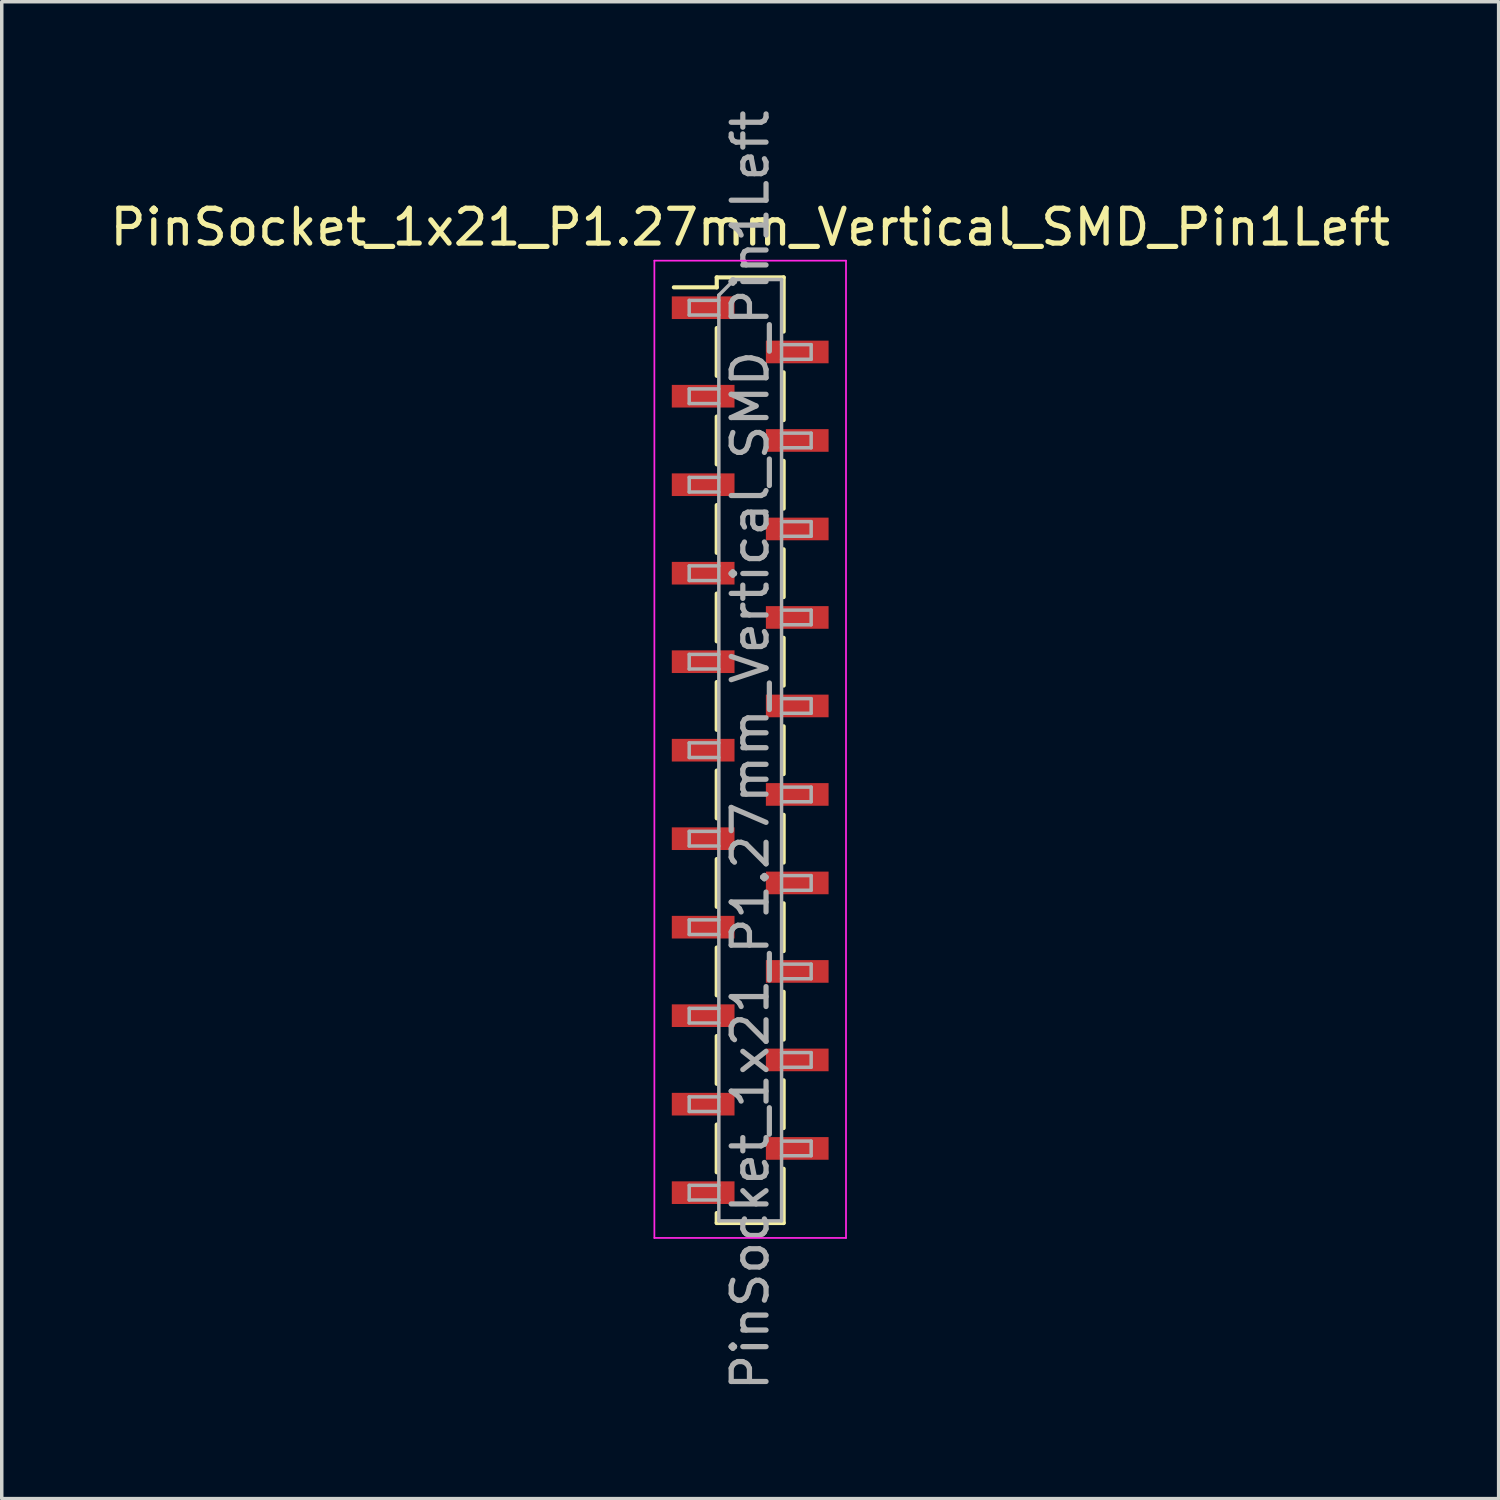
<source format=kicad_pcb>
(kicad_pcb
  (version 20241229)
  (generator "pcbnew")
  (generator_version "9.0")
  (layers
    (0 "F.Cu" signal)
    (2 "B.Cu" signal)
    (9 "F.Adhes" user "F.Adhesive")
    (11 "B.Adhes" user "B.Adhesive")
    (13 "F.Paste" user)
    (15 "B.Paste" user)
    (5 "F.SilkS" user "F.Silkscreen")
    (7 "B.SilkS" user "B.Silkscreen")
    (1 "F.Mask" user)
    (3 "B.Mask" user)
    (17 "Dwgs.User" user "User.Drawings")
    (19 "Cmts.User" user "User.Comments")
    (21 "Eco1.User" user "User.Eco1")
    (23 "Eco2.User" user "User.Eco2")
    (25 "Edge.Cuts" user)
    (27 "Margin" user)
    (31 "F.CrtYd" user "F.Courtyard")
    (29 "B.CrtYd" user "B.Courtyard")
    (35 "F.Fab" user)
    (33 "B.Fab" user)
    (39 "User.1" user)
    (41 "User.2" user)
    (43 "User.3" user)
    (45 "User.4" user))
  (footprint "PinSocket_1x21_P1.27mm_Vertical_SMD_Pin1Left"
    (layer "F.Cu")
    (at 18.482 18.482)
    (property "Reference" "PinSocket_1x21_P1.27mm_Vertical_SMD_Pin1Left" (at 0 -15.01 0) (layer "F.SilkS") (effects (font (size 1 1) (thickness 0.15))))
    (attr smd)
    (fp_line (start -2.19 -13.285) (end -0.96 -13.285) (stroke (width 0.12) (type solid)) (layer "F.SilkS"))
    (fp_line (start -0.96 -13.57) (end -0.96 -13.285) (stroke (width 0.12) (type solid)) (layer "F.SilkS"))
    (fp_line (start -0.96 -13.57) (end 0.96 -13.57) (stroke (width 0.12) (type solid)) (layer "F.SilkS"))
    (fp_line (start -0.96 -12.115) (end -0.96 -10.745) (stroke (width 0.12) (type solid)) (layer "F.SilkS"))
    (fp_line (start -0.96 -9.575) (end -0.96 -8.205) (stroke (width 0.12) (type solid)) (layer "F.SilkS"))
    (fp_line (start -0.96 -7.035) (end -0.96 -5.665) (stroke (width 0.12) (type solid)) (layer "F.SilkS"))
    (fp_line (start -0.96 -4.495) (end -0.96 -3.125) (stroke (width 0.12) (type solid)) (layer "F.SilkS"))
    (fp_line (start -0.96 -1.955) (end -0.96 -0.585) (stroke (width 0.12) (type solid)) (layer "F.SilkS"))
    (fp_line (start -0.96 0.585) (end -0.96 1.955) (stroke (width 0.12) (type solid)) (layer "F.SilkS"))
    (fp_line (start -0.96 3.125) (end -0.96 4.495) (stroke (width 0.12) (type solid)) (layer "F.SilkS"))
    (fp_line (start -0.96 5.665) (end -0.96 7.035) (stroke (width 0.12) (type solid)) (layer "F.SilkS"))
    (fp_line (start -0.96 8.205) (end -0.96 9.575) (stroke (width 0.12) (type solid)) (layer "F.SilkS"))
    (fp_line (start -0.96 10.745) (end -0.96 12.115) (stroke (width 0.12) (type solid)) (layer "F.SilkS"))
    (fp_line (start -0.96 13.285) (end -0.96 13.57) (stroke (width 0.12) (type solid)) (layer "F.SilkS"))
    (fp_line (start -0.96 13.57) (end 0.96 13.57) (stroke (width 0.12) (type solid)) (layer "F.SilkS"))
    (fp_line (start 0.96 -13.57) (end 0.96 -12.015) (stroke (width 0.12) (type solid)) (layer "F.SilkS"))
    (fp_line (start 0.96 -10.845) (end 0.96 -9.475) (stroke (width 0.12) (type solid)) (layer "F.SilkS"))
    (fp_line (start 0.96 -8.305) (end 0.96 -6.935) (stroke (width 0.12) (type solid)) (layer "F.SilkS"))
    (fp_line (start 0.96 -5.765) (end 0.96 -4.395) (stroke (width 0.12) (type solid)) (layer "F.SilkS"))
    (fp_line (start 0.96 -3.225) (end 0.96 -1.855) (stroke (width 0.12) (type solid)) (layer "F.SilkS"))
    (fp_line (start 0.96 -0.685) (end 0.96 0.685) (stroke (width 0.12) (type solid)) (layer "F.SilkS"))
    (fp_line (start 0.96 1.855) (end 0.96 3.225) (stroke (width 0.12) (type solid)) (layer "F.SilkS"))
    (fp_line (start 0.96 4.395) (end 0.96 5.765) (stroke (width 0.12) (type solid)) (layer "F.SilkS"))
    (fp_line (start 0.96 6.935) (end 0.96 8.305) (stroke (width 0.12) (type solid)) (layer "F.SilkS"))
    (fp_line (start 0.96 9.475) (end 0.96 10.845) (stroke (width 0.12) (type solid)) (layer "F.SilkS"))
    (fp_line (start 0.96 12.015) (end 0.96 13.57) (stroke (width 0.12) (type solid)) (layer "F.SilkS"))
    (fp_line (start -2.75 -14.05) (end 2.75 -14.05) (stroke (width 0.05) (type solid)) (layer "F.CrtYd"))
    (fp_line (start -2.75 14) (end -2.75 -14.05) (stroke (width 0.05) (type solid)) (layer "F.CrtYd"))
    (fp_line (start 2.75 -14.05) (end 2.75 14) (stroke (width 0.05) (type solid)) (layer "F.CrtYd"))
    (fp_line (start 2.75 14) (end -2.75 14) (stroke (width 0.05) (type solid)) (layer "F.CrtYd"))
    (fp_line (start -1.75 -12.91) (end -0.9 -12.91) (stroke (width 0.1) (type solid)) (layer "F.Fab"))
    (fp_line (start -1.75 -12.49) (end -1.75 -12.91) (stroke (width 0.1) (type solid)) (layer "F.Fab"))
    (fp_line (start -1.75 -10.37) (end -0.9 -10.37) (stroke (width 0.1) (type solid)) (layer "F.Fab"))
    (fp_line (start -1.75 -9.95) (end -1.75 -10.37) (stroke (width 0.1) (type solid)) (layer "F.Fab"))
    (fp_line (start -1.75 -7.83) (end -0.9 -7.83) (stroke (width 0.1) (type solid)) (layer "F.Fab"))
    (fp_line (start -1.75 -7.41) (end -1.75 -7.83) (stroke (width 0.1) (type solid)) (layer "F.Fab"))
    (fp_line (start -1.75 -5.29) (end -0.9 -5.29) (stroke (width 0.1) (type solid)) (layer "F.Fab"))
    (fp_line (start -1.75 -4.87) (end -1.75 -5.29) (stroke (width 0.1) (type solid)) (layer "F.Fab"))
    (fp_line (start -1.75 -2.75) (end -0.9 -2.75) (stroke (width 0.1) (type solid)) (layer "F.Fab"))
    (fp_line (start -1.75 -2.33) (end -1.75 -2.75) (stroke (width 0.1) (type solid)) (layer "F.Fab"))
    (fp_line (start -1.75 -0.21) (end -0.9 -0.21) (stroke (width 0.1) (type solid)) (layer "F.Fab"))
    (fp_line (start -1.75 0.21) (end -1.75 -0.21) (stroke (width 0.1) (type solid)) (layer "F.Fab"))
    (fp_line (start -1.75 2.33) (end -0.9 2.33) (stroke (width 0.1) (type solid)) (layer "F.Fab"))
    (fp_line (start -1.75 2.75) (end -1.75 2.33) (stroke (width 0.1) (type solid)) (layer "F.Fab"))
    (fp_line (start -1.75 4.87) (end -0.9 4.87) (stroke (width 0.1) (type solid)) (layer "F.Fab"))
    (fp_line (start -1.75 5.29) (end -1.75 4.87) (stroke (width 0.1) (type solid)) (layer "F.Fab"))
    (fp_line (start -1.75 7.41) (end -0.9 7.41) (stroke (width 0.1) (type solid)) (layer "F.Fab"))
    (fp_line (start -1.75 7.83) (end -1.75 7.41) (stroke (width 0.1) (type solid)) (layer "F.Fab"))
    (fp_line (start -1.75 9.95) (end -0.9 9.95) (stroke (width 0.1) (type solid)) (layer "F.Fab"))
    (fp_line (start -1.75 10.37) (end -1.75 9.95) (stroke (width 0.1) (type solid)) (layer "F.Fab"))
    (fp_line (start -1.75 12.49) (end -0.9 12.49) (stroke (width 0.1) (type solid)) (layer "F.Fab"))
    (fp_line (start -1.75 12.91) (end -1.75 12.49) (stroke (width 0.1) (type solid)) (layer "F.Fab"))
    (fp_line (start -0.9 -13.06) (end -0.45 -13.51) (stroke (width 0.1) (type solid)) (layer "F.Fab"))
    (fp_line (start -0.9 -12.49) (end -1.75 -12.49) (stroke (width 0.1) (type solid)) (layer "F.Fab"))
    (fp_line (start -0.9 -9.95) (end -1.75 -9.95) (stroke (width 0.1) (type solid)) (layer "F.Fab"))
    (fp_line (start -0.9 -7.41) (end -1.75 -7.41) (stroke (width 0.1) (type solid)) (layer "F.Fab"))
    (fp_line (start -0.9 -4.87) (end -1.75 -4.87) (stroke (width 0.1) (type solid)) (layer "F.Fab"))
    (fp_line (start -0.9 -2.33) (end -1.75 -2.33) (stroke (width 0.1) (type solid)) (layer "F.Fab"))
    (fp_line (start -0.9 0.21) (end -1.75 0.21) (stroke (width 0.1) (type solid)) (layer "F.Fab"))
    (fp_line (start -0.9 2.75) (end -1.75 2.75) (stroke (width 0.1) (type solid)) (layer "F.Fab"))
    (fp_line (start -0.9 5.29) (end -1.75 5.29) (stroke (width 0.1) (type solid)) (layer "F.Fab"))
    (fp_line (start -0.9 7.83) (end -1.75 7.83) (stroke (width 0.1) (type solid)) (layer "F.Fab"))
    (fp_line (start -0.9 10.37) (end -1.75 10.37) (stroke (width 0.1) (type solid)) (layer "F.Fab"))
    (fp_line (start -0.9 12.91) (end -1.75 12.91) (stroke (width 0.1) (type solid)) (layer "F.Fab"))
    (fp_line (start -0.9 13.51) (end -0.9 -13.06) (stroke (width 0.1) (type solid)) (layer "F.Fab"))
    (fp_line (start -0.45 -13.51) (end 0.9 -13.51) (stroke (width 0.1) (type solid)) (layer "F.Fab"))
    (fp_line (start 0.9 -13.51) (end 0.9 13.51) (stroke (width 0.1) (type solid)) (layer "F.Fab"))
    (fp_line (start 0.9 -11.64) (end 1.75 -11.64) (stroke (width 0.1) (type solid)) (layer "F.Fab"))
    (fp_line (start 0.9 -9.1) (end 1.75 -9.1) (stroke (width 0.1) (type solid)) (layer "F.Fab"))
    (fp_line (start 0.9 -6.56) (end 1.75 -6.56) (stroke (width 0.1) (type solid)) (layer "F.Fab"))
    (fp_line (start 0.9 -4.02) (end 1.75 -4.02) (stroke (width 0.1) (type solid)) (layer "F.Fab"))
    (fp_line (start 0.9 -1.48) (end 1.75 -1.48) (stroke (width 0.1) (type solid)) (layer "F.Fab"))
    (fp_line (start 0.9 1.06) (end 1.75 1.06) (stroke (width 0.1) (type solid)) (layer "F.Fab"))
    (fp_line (start 0.9 3.6) (end 1.75 3.6) (stroke (width 0.1) (type solid)) (layer "F.Fab"))
    (fp_line (start 0.9 6.14) (end 1.75 6.14) (stroke (width 0.1) (type solid)) (layer "F.Fab"))
    (fp_line (start 0.9 8.68) (end 1.75 8.68) (stroke (width 0.1) (type solid)) (layer "F.Fab"))
    (fp_line (start 0.9 11.22) (end 1.75 11.22) (stroke (width 0.1) (type solid)) (layer "F.Fab"))
    (fp_line (start 0.9 13.51) (end -0.9 13.51) (stroke (width 0.1) (type solid)) (layer "F.Fab"))
    (fp_line (start 1.75 -11.64) (end 1.75 -11.22) (stroke (width 0.1) (type solid)) (layer "F.Fab"))
    (fp_line (start 1.75 -11.22) (end 0.9 -11.22) (stroke (width 0.1) (type solid)) (layer "F.Fab"))
    (fp_line (start 1.75 -9.1) (end 1.75 -8.68) (stroke (width 0.1) (type solid)) (layer "F.Fab"))
    (fp_line (start 1.75 -8.68) (end 0.9 -8.68) (stroke (width 0.1) (type solid)) (layer "F.Fab"))
    (fp_line (start 1.75 -6.56) (end 1.75 -6.14) (stroke (width 0.1) (type solid)) (layer "F.Fab"))
    (fp_line (start 1.75 -6.14) (end 0.9 -6.14) (stroke (width 0.1) (type solid)) (layer "F.Fab"))
    (fp_line (start 1.75 -4.02) (end 1.75 -3.6) (stroke (width 0.1) (type solid)) (layer "F.Fab"))
    (fp_line (start 1.75 -3.6) (end 0.9 -3.6) (stroke (width 0.1) (type solid)) (layer "F.Fab"))
    (fp_line (start 1.75 -1.48) (end 1.75 -1.06) (stroke (width 0.1) (type solid)) (layer "F.Fab"))
    (fp_line (start 1.75 -1.06) (end 0.9 -1.06) (stroke (width 0.1) (type solid)) (layer "F.Fab"))
    (fp_line (start 1.75 1.06) (end 1.75 1.48) (stroke (width 0.1) (type solid)) (layer "F.Fab"))
    (fp_line (start 1.75 1.48) (end 0.9 1.48) (stroke (width 0.1) (type solid)) (layer "F.Fab"))
    (fp_line (start 1.75 3.6) (end 1.75 4.02) (stroke (width 0.1) (type solid)) (layer "F.Fab"))
    (fp_line (start 1.75 4.02) (end 0.9 4.02) (stroke (width 0.1) (type solid)) (layer "F.Fab"))
    (fp_line (start 1.75 6.14) (end 1.75 6.56) (stroke (width 0.1) (type solid)) (layer "F.Fab"))
    (fp_line (start 1.75 6.56) (end 0.9 6.56) (stroke (width 0.1) (type solid)) (layer "F.Fab"))
    (fp_line (start 1.75 8.68) (end 1.75 9.1) (stroke (width 0.1) (type solid)) (layer "F.Fab"))
    (fp_line (start 1.75 9.1) (end 0.9 9.1) (stroke (width 0.1) (type solid)) (layer "F.Fab"))
    (fp_line (start 1.75 11.22) (end 1.75 11.64) (stroke (width 0.1) (type solid)) (layer "F.Fab"))
    (fp_line (start 1.75 11.64) (end 0.9 11.64) (stroke (width 0.1) (type solid)) (layer "F.Fab"))
    (fp_text user "${REFERENCE}" (at 0 0 90) (layer "F.Fab") (effects (font (size 1 1) (thickness 0.15))))
    (pad "1" smd rect (at -1.35 -12.7) (size 1.8 0.65) (layers "F.Cu" "F.Mask" "F.Paste"))
    (pad "2" smd rect (at 1.35 -11.43) (size 1.8 0.65) (layers "F.Cu" "F.Mask" "F.Paste"))
    (pad "3" smd rect (at -1.35 -10.16) (size 1.8 0.65) (layers "F.Cu" "F.Mask" "F.Paste"))
    (pad "4" smd rect (at 1.35 -8.89) (size 1.8 0.65) (layers "F.Cu" "F.Mask" "F.Paste"))
    (pad "5" smd rect (at -1.35 -7.62) (size 1.8 0.65) (layers "F.Cu" "F.Mask" "F.Paste"))
    (pad "6" smd rect (at 1.35 -6.35) (size 1.8 0.65) (layers "F.Cu" "F.Mask" "F.Paste"))
    (pad "7" smd rect (at -1.35 -5.08) (size 1.8 0.65) (layers "F.Cu" "F.Mask" "F.Paste"))
    (pad "8" smd rect (at 1.35 -3.81) (size 1.8 0.65) (layers "F.Cu" "F.Mask" "F.Paste"))
    (pad "9" smd rect (at -1.35 -2.54) (size 1.8 0.65) (layers "F.Cu" "F.Mask" "F.Paste"))
    (pad "10" smd rect (at 1.35 -1.27) (size 1.8 0.65) (layers "F.Cu" "F.Mask" "F.Paste"))
    (pad "11" smd rect (at -1.35 0) (size 1.8 0.65) (layers "F.Cu" "F.Mask" "F.Paste"))
    (pad "12" smd rect (at 1.35 1.27) (size 1.8 0.65) (layers "F.Cu" "F.Mask" "F.Paste"))
    (pad "13" smd rect (at -1.35 2.54) (size 1.8 0.65) (layers "F.Cu" "F.Mask" "F.Paste"))
    (pad "14" smd rect (at 1.35 3.81) (size 1.8 0.65) (layers "F.Cu" "F.Mask" "F.Paste"))
    (pad "15" smd rect (at -1.35 5.08) (size 1.8 0.65) (layers "F.Cu" "F.Mask" "F.Paste"))
    (pad "16" smd rect (at 1.35 6.35) (size 1.8 0.65) (layers "F.Cu" "F.Mask" "F.Paste"))
    (pad "17" smd rect (at -1.35 7.62) (size 1.8 0.65) (layers "F.Cu" "F.Mask" "F.Paste"))
    (pad "18" smd rect (at 1.35 8.89) (size 1.8 0.65) (layers "F.Cu" "F.Mask" "F.Paste"))
    (pad "19" smd rect (at -1.35 10.16) (size 1.8 0.65) (layers "F.Cu" "F.Mask" "F.Paste"))
    (pad "20" smd rect (at 1.35 11.43) (size 1.8 0.65) (layers "F.Cu" "F.Mask" "F.Paste"))
    (pad "21" smd rect (at -1.35 12.7) (size 1.8 0.65) (layers "F.Cu" "F.Mask" "F.Paste")))
  (gr_rect
    (start -3 -3)
    (end 39.964 39.964)
    (stroke (width 0.1) (type default))
    (fill no)
    (layer "Edge.Cuts")))
</source>
